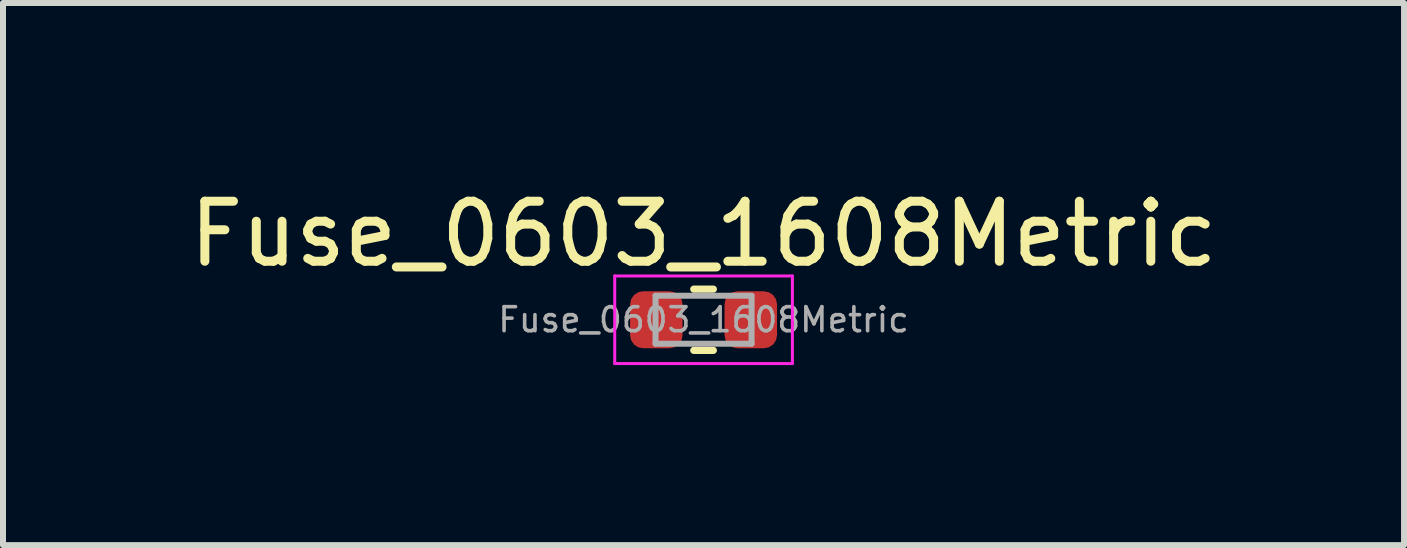
<source format=kicad_pcb>
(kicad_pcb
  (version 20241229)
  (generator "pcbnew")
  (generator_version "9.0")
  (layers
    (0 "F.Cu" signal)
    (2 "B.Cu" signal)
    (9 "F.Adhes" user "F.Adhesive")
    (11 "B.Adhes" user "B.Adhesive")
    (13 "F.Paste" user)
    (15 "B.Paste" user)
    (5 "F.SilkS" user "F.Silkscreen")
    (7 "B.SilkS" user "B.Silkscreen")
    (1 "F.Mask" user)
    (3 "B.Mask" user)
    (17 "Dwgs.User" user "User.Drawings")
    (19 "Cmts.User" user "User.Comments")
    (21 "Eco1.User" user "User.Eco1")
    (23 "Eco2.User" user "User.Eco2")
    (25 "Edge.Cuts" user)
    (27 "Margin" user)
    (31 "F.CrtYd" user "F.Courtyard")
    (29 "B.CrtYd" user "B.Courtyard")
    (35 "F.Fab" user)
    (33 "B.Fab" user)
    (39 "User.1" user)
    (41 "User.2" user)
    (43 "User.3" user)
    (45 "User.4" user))
  (footprint "Fuse_0603_1608Metric"
    (layer "F.Cu")
    (at 8.673 2.278)
    (property "Reference" "Fuse_0603_1608Metric" (at 0 -1.43 0) (layer "F.SilkS") (effects (font (size 1 1) (thickness 0.15))))
    (attr smd)
    (fp_line (start -0.163 -0.51) (end 0.163 -0.51) (stroke (width 0.12) (type solid)) (layer "F.SilkS"))
    (fp_line (start -0.163 0.51) (end 0.163 0.51) (stroke (width 0.12) (type solid)) (layer "F.SilkS"))
    (fp_line (start -1.48 -0.73) (end 1.48 -0.73) (stroke (width 0.05) (type solid)) (layer "F.CrtYd"))
    (fp_line (start -1.48 0.73) (end -1.48 -0.73) (stroke (width 0.05) (type solid)) (layer "F.CrtYd"))
    (fp_line (start 1.48 -0.73) (end 1.48 0.73) (stroke (width 0.05) (type solid)) (layer "F.CrtYd"))
    (fp_line (start 1.48 0.73) (end -1.48 0.73) (stroke (width 0.05) (type solid)) (layer "F.CrtYd"))
    (fp_line (start -0.8 -0.4) (end 0.8 -0.4) (stroke (width 0.1) (type solid)) (layer "F.Fab"))
    (fp_line (start -0.8 0.4) (end -0.8 -0.4) (stroke (width 0.1) (type solid)) (layer "F.Fab"))
    (fp_line (start 0.8 -0.4) (end 0.8 0.4) (stroke (width 0.1) (type solid)) (layer "F.Fab"))
    (fp_line (start 0.8 0.4) (end -0.8 0.4) (stroke (width 0.1) (type solid)) (layer "F.Fab"))
    (fp_text user "${REFERENCE}" (at 0 0 0) (layer "F.Fab") (effects (font (size 0.4 0.4) (thickness 0.06))))
    (pad "1" smd roundrect (at -0.787 0) (size 0.875 0.95) (layers "F.Cu" "F.Mask" "F.Paste") (roundrect_rratio 0.25))
    (pad "2" smd roundrect (at 0.787 0) (size 0.875 0.95) (layers "F.Cu" "F.Mask" "F.Paste") (roundrect_rratio 0.25)))
  (gr_rect
    (start -3 -3)
    (end 20.345 6.033)
    (stroke (width 0.1) (type default))
    (fill no)
    (layer "Edge.Cuts")))
</source>
